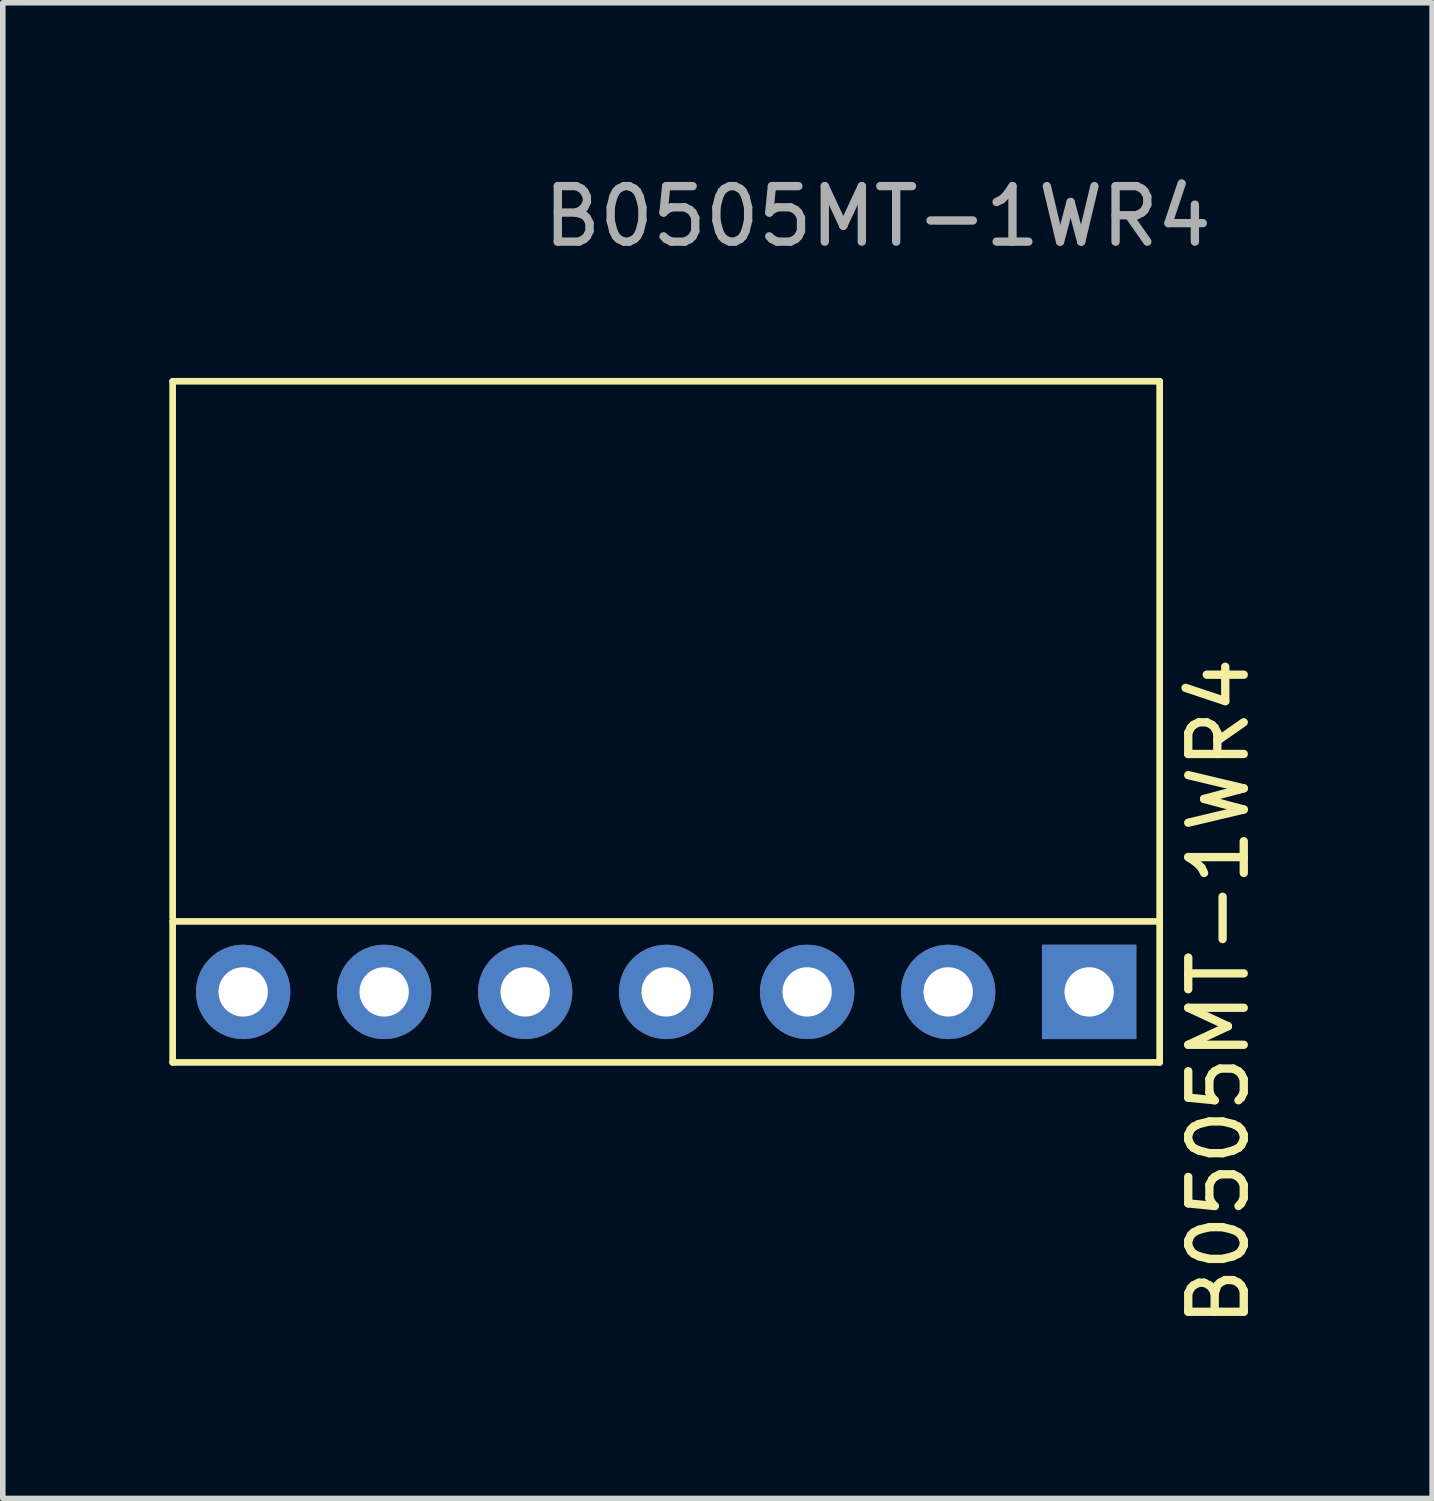
<source format=kicad_pcb>
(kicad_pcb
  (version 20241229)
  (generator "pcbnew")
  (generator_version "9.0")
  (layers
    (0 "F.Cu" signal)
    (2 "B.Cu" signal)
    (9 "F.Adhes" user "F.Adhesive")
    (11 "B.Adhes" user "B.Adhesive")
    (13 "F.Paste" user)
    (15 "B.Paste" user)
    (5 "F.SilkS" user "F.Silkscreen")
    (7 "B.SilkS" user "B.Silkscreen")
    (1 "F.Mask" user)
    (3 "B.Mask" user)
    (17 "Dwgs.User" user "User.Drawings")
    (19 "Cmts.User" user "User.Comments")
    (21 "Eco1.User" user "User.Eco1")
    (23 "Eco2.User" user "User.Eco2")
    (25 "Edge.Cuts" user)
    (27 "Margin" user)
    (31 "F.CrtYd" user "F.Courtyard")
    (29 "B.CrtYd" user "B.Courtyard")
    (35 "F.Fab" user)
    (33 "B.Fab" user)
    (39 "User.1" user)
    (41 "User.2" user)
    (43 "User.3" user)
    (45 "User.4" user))
  (footprint "B0505MT-1WR4"
    (layer "F.Cu")
    (at 8.95 14.818)
    (property "Reference" "B0505MT-1WR4" (at 9.95 0 270) (layer "F.SilkS") (effects (font (size 1 1) (thickness 0.15))))
    (attr through_hole)
    (fp_line (start -8.89 -11) (end -8.89 -1.33) (stroke (width 0.12) (type solid)) (layer "F.SilkS"))
    (fp_line (start -8.89 -1.27) (end -8.89 1.27) (stroke (width 0.12) (type solid)) (layer "F.SilkS"))
    (fp_line (start 8.89 -11) (end -8.89 -11) (stroke (width 0.12) (type solid)) (layer "F.SilkS"))
    (fp_line (start 8.89 -1.27) (end -8.89 -1.27) (stroke (width 0.12) (type solid)) (layer "F.SilkS"))
    (fp_line (start 8.89 1.27) (end -8.89 1.27) (stroke (width 0.12) (type solid)) (layer "F.SilkS"))
    (fp_line (start 8.89 1.27) (end 8.89 -11) (stroke (width 0.12) (type solid)) (layer "F.SilkS"))
    (fp_text user "${REFERENCE}" (at 3.81 -13.97 0) (layer "F.Fab") (effects (font (size 1 1) (thickness 0.15))))
    (pad "1" thru_hole rect (at 7.62 0) (size 1.7 1.7) (drill 0.889) (layers "*.Cu" "*.Mask"))
    (pad "2" thru_hole oval (at 5.08 0) (size 1.7 1.7) (drill 0.889) (layers "*.Cu" "*.Mask"))
    (pad "3" thru_hole oval (at 2.54 0) (size 1.7 1.7) (drill 0.889) (layers "*.Cu" "*.Mask"))
    (pad "4" thru_hole oval (at 0 0) (size 1.7 1.7) (drill 0.889) (layers "*.Cu" "*.Mask"))
    (pad "5" thru_hole oval (at -2.54 0) (size 1.7 1.7) (drill 0.889) (layers "*.Cu" "*.Mask"))
    (pad "6" thru_hole oval (at -5.08 0) (size 1.7 1.7) (drill 0.889) (layers "*.Cu" "*.Mask"))
    (pad "7" thru_hole oval (at -7.62 0) (size 1.7 1.7) (drill 0.889) (layers "*.Cu" "*.Mask")))
  (gr_rect
    (start -3 -3)
    (end 22.748 23.943)
    (stroke (width 0.1) (type default))
    (fill no)
    (layer "Edge.Cuts")))
</source>
